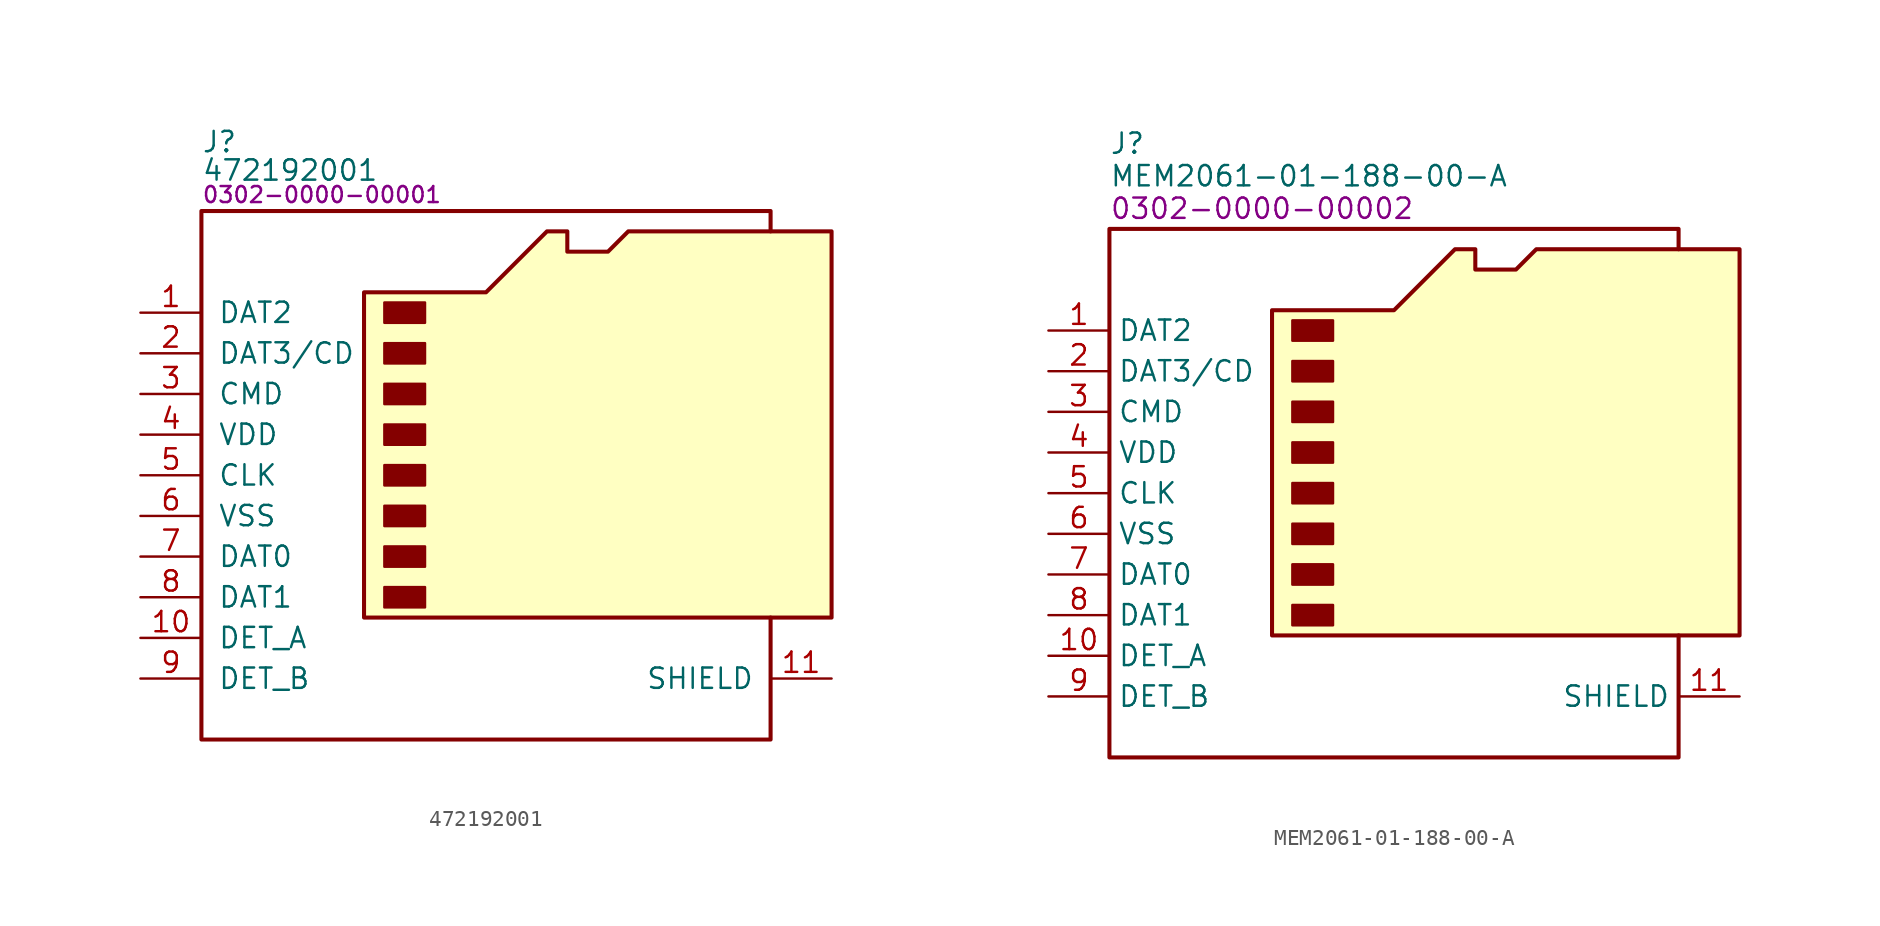
<source format=kicad_sym>
(kicad_symbol_lib
  (version 20231120)
  (generator "kicad_symbol_editor")
  (generator_version "8.0")
  (symbol "472192001"
    (pin_names
      (offset 1.016))
    (property "Reference" "J"
      (at -19.05 20.828 0)
      (effects (font (size 1.27 1.27)) (justify left)))
    (property "Value" "472192001"
      (at -19.05 19.05 0)
      (effects (font (size 1.27 1.27)) (justify left)))
    (property "PartNumber" "0302-0000-00001"
      (at -19.05 17.526 0)
      (effects (font (size 1 1)) (justify left)))
    (symbol "472192001_0_1"
      (rectangle (start -7.62 -6.985) (end -5.08 -8.255) (stroke (width 0) (type default)) (fill (type outline)))
      (rectangle (start -7.62 -4.445) (end -5.08 -5.715) (stroke (width 0) (type default)) (fill (type outline)))
      (rectangle (start -7.62 -1.905) (end -5.08 -3.175) (stroke (width 0) (type default)) (fill (type outline)))
      (rectangle (start -7.62 0.635) (end -5.08 -0.635) (stroke (width 0) (type default)) (fill (type outline)))
      (rectangle (start -7.62 3.175) (end -5.08 1.905) (stroke (width 0) (type default)) (fill (type outline)))
      (rectangle (start -7.62 5.715) (end -5.08 4.445) (stroke (width 0) (type default)) (fill (type outline)))
      (rectangle (start -7.62 8.255) (end -5.08 6.985) (stroke (width 0) (type default)) (fill (type outline)))
      (rectangle (start -7.62 10.795) (end -5.08 9.525) (stroke (width 0) (type default)) (fill (type outline)))
      (polyline (pts (xy 16.51 15.24) (xy 16.51 16.51) (xy -19.05 16.51) (xy -19.05 -16.51) (xy 16.51 -16.51) (xy 16.51 -8.89)) (stroke (width 0.254) (type default)) (fill (type none)))
      (polyline (pts (xy -8.89 -8.89) (xy -8.89 11.43) (xy -1.27 11.43) (xy 2.54 15.24) (xy 3.81 15.24) (xy 3.81 13.97) (xy 6.35 13.97) (xy 7.62 15.24) (xy 20.32 15.24) (xy 20.32 -8.89) (xy -8.89 -8.89)) (stroke (width 0.254) (type default)) (fill (type background))))
    (symbol "472192001_1_1"
      (pin bidirectional line (at -22.86 10.16 0) (length 3.81) (name "DAT2" (effects (font (size 1.27 1.27)))) (number "1" (effects (font (size 1.27 1.27)))))
      (pin passive line (at -22.86 -10.16 0) (length 3.81) (name "DET_A" (effects (font (size 1.27 1.27)))) (number "10" (effects (font (size 1.27 1.27)))))
      (pin passive line (at 20.32 -12.7 180) (length 3.81) (name "SHIELD" (effects (font (size 1.27 1.27)))) (number "11" (effects (font (size 1.27 1.27)))))
      (pin bidirectional line (at -22.86 7.62 0) (length 3.81) (name "DAT3/CD" (effects (font (size 1.27 1.27)))) (number "2" (effects (font (size 1.27 1.27)))))
      (pin input line (at -22.86 5.08 0) (length 3.81) (name "CMD" (effects (font (size 1.27 1.27)))) (number "3" (effects (font (size 1.27 1.27)))))
      (pin power_in line (at -22.86 2.54 0) (length 3.81) (name "VDD" (effects (font (size 1.27 1.27)))) (number "4" (effects (font (size 1.27 1.27)))))
      (pin input line (at -22.86 0 0) (length 3.81) (name "CLK" (effects (font (size 1.27 1.27)))) (number "5" (effects (font (size 1.27 1.27)))))
      (pin power_in line (at -22.86 -2.54 0) (length 3.81) (name "VSS" (effects (font (size 1.27 1.27)))) (number "6" (effects (font (size 1.27 1.27)))))
      (pin bidirectional line (at -22.86 -5.08 0) (length 3.81) (name "DAT0" (effects (font (size 1.27 1.27)))) (number "7" (effects (font (size 1.27 1.27)))))
      (pin bidirectional line (at -22.86 -7.62 0) (length 3.81) (name "DAT1" (effects (font (size 1.27 1.27)))) (number "8" (effects (font (size 1.27 1.27)))))
      (pin passive line (at -22.86 -12.7 0) (length 3.81) (name "DET_B" (effects (font (size 1.27 1.27)))) (number "9" (effects (font (size 1.27 1.27)))))))
  (symbol "MEM2061-01-188-00-A"
    (property "Reference" "J"
      (at 0 5.334 0)
      (effects (font (size 1.27 1.27)) (justify left)))
    (property "Value" "MEM2061-01-188-00-A"
      (at 0 3.302 0)
      (effects (font (size 1.27 1.27)) (justify left)))
    (property "PartNumber" "0302-0000-00002"
      (at 0 1.27 0)
      (effects (font (size 1.27 1.27)) (justify left)))
    (symbol "MEM2061-01-188-00-A_0_1"
      (polyline (pts (xy 35.56 -1.27) (xy 35.56 0) (xy 0 0) (xy 0 -33.02) (xy 35.56 -33.02) (xy 35.56 -25.4)) (stroke (width 0.254) (type default)) (fill (type none)))
      (polyline (pts (xy 10.16 -25.4) (xy 10.16 -5.08) (xy 17.78 -5.08) (xy 21.59 -1.27) (xy 22.86 -1.27) (xy 22.86 -2.54) (xy 25.4 -2.54) (xy 26.67 -1.27) (xy 39.37 -1.27) (xy 39.37 -25.4) (xy 10.16 -25.4)) (stroke (width 0.254) (type default)) (fill (type background)))
      (rectangle (start 11.43 -23.495) (end 13.97 -24.765) (stroke (width 0) (type default)) (fill (type outline)))
      (rectangle (start 11.43 -20.955) (end 13.97 -22.225) (stroke (width 0) (type default)) (fill (type outline)))
      (rectangle (start 11.43 -18.415) (end 13.97 -19.685) (stroke (width 0) (type default)) (fill (type outline)))
      (rectangle (start 11.43 -15.875) (end 13.97 -17.145) (stroke (width 0) (type default)) (fill (type outline)))
      (rectangle (start 11.43 -13.335) (end 13.97 -14.605) (stroke (width 0) (type default)) (fill (type outline)))
      (rectangle (start 11.43 -10.795) (end 13.97 -12.065) (stroke (width 0) (type default)) (fill (type outline)))
      (rectangle (start 11.43 -8.255) (end 13.97 -9.525) (stroke (width 0) (type default)) (fill (type outline)))
      (rectangle (start 11.43 -5.715) (end 13.97 -6.985) (stroke (width 0) (type default)) (fill (type outline))))
    (symbol "MEM2061-01-188-00-A_1_1"
      (pin bidirectional line (at -3.81 -6.35 0) (length 3.81) (name "DAT2" (effects (font (size 1.27 1.27)))) (number "1" (effects (font (size 1.27 1.27)))))
      (pin passive line (at -3.81 -26.67 0) (length 3.81) (name "DET_A" (effects (font (size 1.27 1.27)))) (number "10" (effects (font (size 1.27 1.27)))))
      (pin passive line (at 39.37 -29.21 180) (length 3.81) (name "SHIELD" (effects (font (size 1.27 1.27)))) (number "11" (effects (font (size 1.27 1.27)))))
      (pin bidirectional line (at -3.81 -8.89 0) (length 3.81) (name "DAT3/CD" (effects (font (size 1.27 1.27)))) (number "2" (effects (font (size 1.27 1.27)))))
      (pin input line (at -3.81 -11.43 0) (length 3.81) (name "CMD" (effects (font (size 1.27 1.27)))) (number "3" (effects (font (size 1.27 1.27)))))
      (pin power_in line (at -3.81 -13.97 0) (length 3.81) (name "VDD" (effects (font (size 1.27 1.27)))) (number "4" (effects (font (size 1.27 1.27)))))
      (pin input line (at -3.81 -16.51 0) (length 3.81) (name "CLK" (effects (font (size 1.27 1.27)))) (number "5" (effects (font (size 1.27 1.27)))))
      (pin power_in line (at -3.81 -19.05 0) (length 3.81) (name "VSS" (effects (font (size 1.27 1.27)))) (number "6" (effects (font (size 1.27 1.27)))))
      (pin bidirectional line (at -3.81 -21.59 0) (length 3.81) (name "DAT0" (effects (font (size 1.27 1.27)))) (number "7" (effects (font (size 1.27 1.27)))))
      (pin bidirectional line (at -3.81 -24.13 0) (length 3.81) (name "DAT1" (effects (font (size 1.27 1.27)))) (number "8" (effects (font (size 1.27 1.27)))))
      (pin passive line (at -3.81 -29.21 0) (length 3.81) (name "DET_B" (effects (font (size 1.27 1.27)))) (number "9" (effects (font (size 1.27 1.27))))))))
</source>
